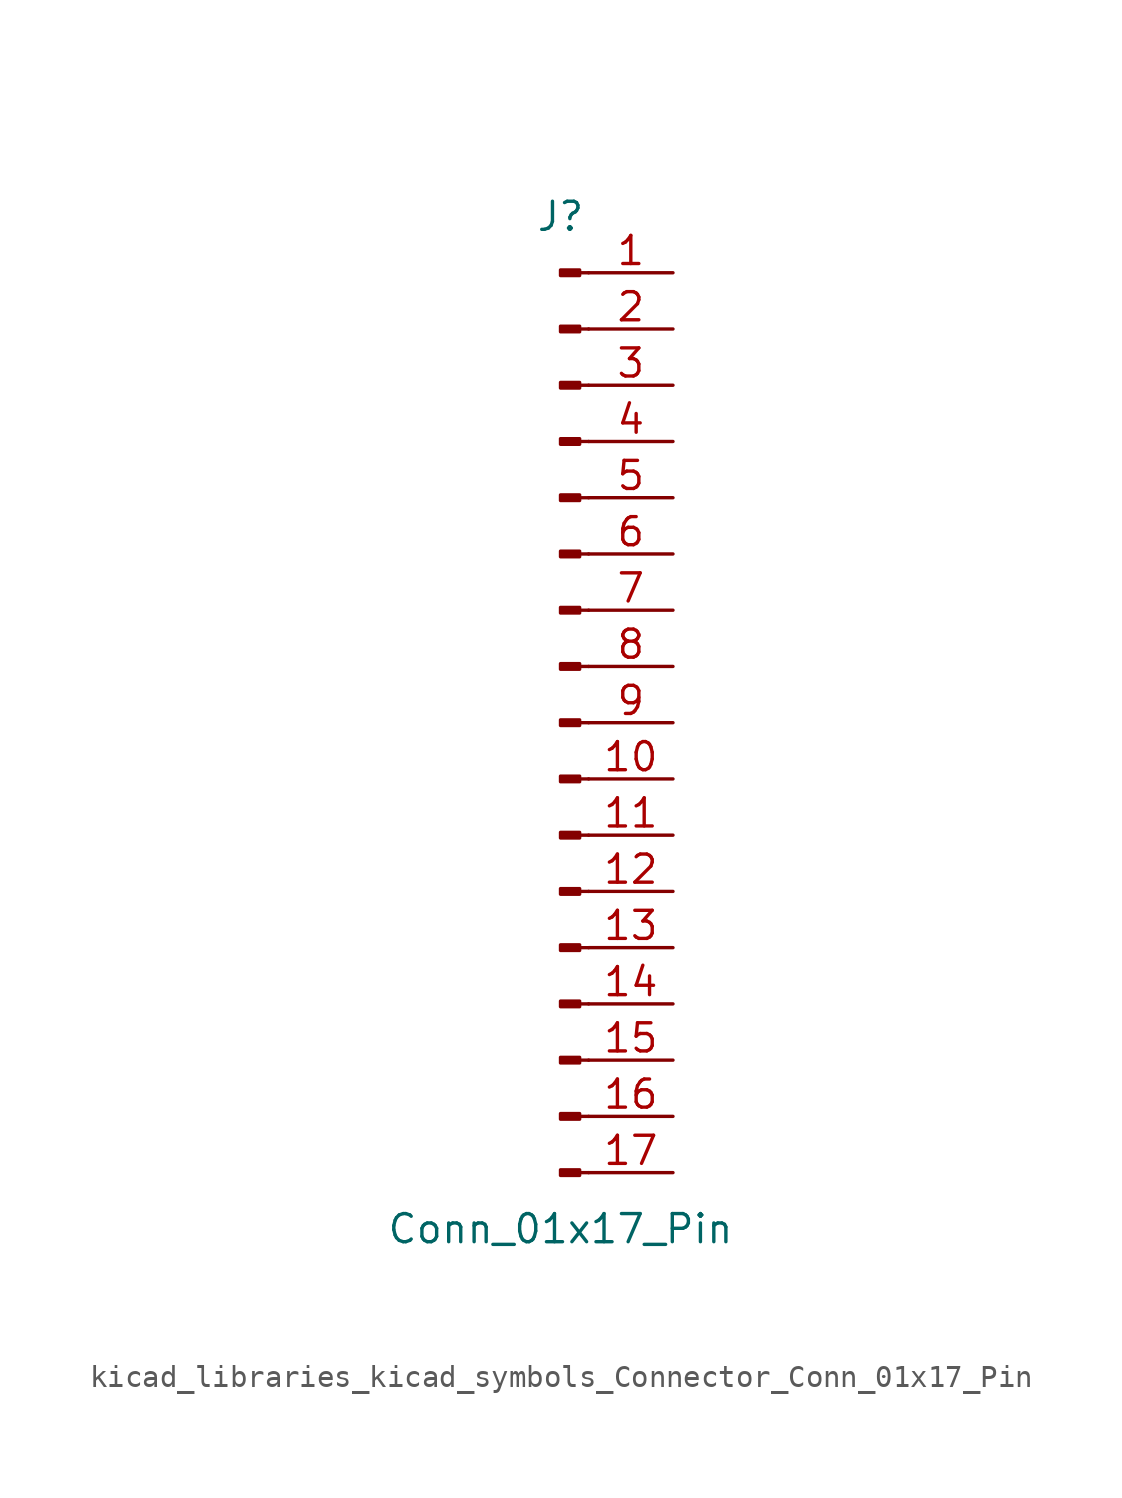
<source format=kicad_sym>
(kicad_symbol_lib
  (version 20220914)
  (generator kicad_symbol_editor)
  (symbol "kicad_libraries_kicad_symbols_Connector_Conn_01x17_Pin"
    (pin_names
      (offset 1.016) hide)
    (property "Reference" "J"
      (at 0 22.86 0)
      (effects (font (size 1.27 1.27))))
    (property "Value" "Conn_01x17_Pin"
      (at 0 -22.86 0)
      (effects (font (size 1.27 1.27))))
    (property "ki_locked" ""
      (at 0 0 0)
      (effects (font (size 1.27 1.27))))
    (symbol "kicad_libraries_kicad_symbols_Connector_Conn_01x17_Pin_1_1"
      (polyline (pts (xy 1.27 -20.32) (xy 0.864 -20.32)) (stroke (width 0.152) (type default)) (fill (type none)))
      (polyline (pts (xy 1.27 -17.78) (xy 0.864 -17.78)) (stroke (width 0.152) (type default)) (fill (type none)))
      (polyline (pts (xy 1.27 -15.24) (xy 0.864 -15.24)) (stroke (width 0.152) (type default)) (fill (type none)))
      (polyline (pts (xy 1.27 -12.7) (xy 0.864 -12.7)) (stroke (width 0.152) (type default)) (fill (type none)))
      (polyline (pts (xy 1.27 -10.16) (xy 0.864 -10.16)) (stroke (width 0.152) (type default)) (fill (type none)))
      (polyline (pts (xy 1.27 -7.62) (xy 0.864 -7.62)) (stroke (width 0.152) (type default)) (fill (type none)))
      (polyline (pts (xy 1.27 -5.08) (xy 0.864 -5.08)) (stroke (width 0.152) (type default)) (fill (type none)))
      (polyline (pts (xy 1.27 -2.54) (xy 0.864 -2.54)) (stroke (width 0.152) (type default)) (fill (type none)))
      (polyline (pts (xy 1.27 0) (xy 0.864 0)) (stroke (width 0.152) (type default)) (fill (type none)))
      (polyline (pts (xy 1.27 2.54) (xy 0.864 2.54)) (stroke (width 0.152) (type default)) (fill (type none)))
      (polyline (pts (xy 1.27 5.08) (xy 0.864 5.08)) (stroke (width 0.152) (type default)) (fill (type none)))
      (polyline (pts (xy 1.27 7.62) (xy 0.864 7.62)) (stroke (width 0.152) (type default)) (fill (type none)))
      (polyline (pts (xy 1.27 10.16) (xy 0.864 10.16)) (stroke (width 0.152) (type default)) (fill (type none)))
      (polyline (pts (xy 1.27 12.7) (xy 0.864 12.7)) (stroke (width 0.152) (type default)) (fill (type none)))
      (polyline (pts (xy 1.27 15.24) (xy 0.864 15.24)) (stroke (width 0.152) (type default)) (fill (type none)))
      (polyline (pts (xy 1.27 17.78) (xy 0.864 17.78)) (stroke (width 0.152) (type default)) (fill (type none)))
      (polyline (pts (xy 1.27 20.32) (xy 0.864 20.32)) (stroke (width 0.152) (type default)) (fill (type none)))
      (rectangle (start 0.864 -20.193) (end 0 -20.447) (stroke (width 0.152) (type default)) (fill (type outline)))
      (rectangle (start 0.864 -17.653) (end 0 -17.907) (stroke (width 0.152) (type default)) (fill (type outline)))
      (rectangle (start 0.864 -15.113) (end 0 -15.367) (stroke (width 0.152) (type default)) (fill (type outline)))
      (rectangle (start 0.864 -12.573) (end 0 -12.827) (stroke (width 0.152) (type default)) (fill (type outline)))
      (rectangle (start 0.864 -10.033) (end 0 -10.287) (stroke (width 0.152) (type default)) (fill (type outline)))
      (rectangle (start 0.864 -7.493) (end 0 -7.747) (stroke (width 0.152) (type default)) (fill (type outline)))
      (rectangle (start 0.864 -4.953) (end 0 -5.207) (stroke (width 0.152) (type default)) (fill (type outline)))
      (rectangle (start 0.864 -2.413) (end 0 -2.667) (stroke (width 0.152) (type default)) (fill (type outline)))
      (rectangle (start 0.864 0.127) (end 0 -0.127) (stroke (width 0.152) (type default)) (fill (type outline)))
      (rectangle (start 0.864 2.667) (end 0 2.413) (stroke (width 0.152) (type default)) (fill (type outline)))
      (rectangle (start 0.864 5.207) (end 0 4.953) (stroke (width 0.152) (type default)) (fill (type outline)))
      (rectangle (start 0.864 7.747) (end 0 7.493) (stroke (width 0.152) (type default)) (fill (type outline)))
      (rectangle (start 0.864 10.287) (end 0 10.033) (stroke (width 0.152) (type default)) (fill (type outline)))
      (rectangle (start 0.864 12.827) (end 0 12.573) (stroke (width 0.152) (type default)) (fill (type outline)))
      (rectangle (start 0.864 15.367) (end 0 15.113) (stroke (width 0.152) (type default)) (fill (type outline)))
      (rectangle (start 0.864 17.907) (end 0 17.653) (stroke (width 0.152) (type default)) (fill (type outline)))
      (rectangle (start 0.864 20.447) (end 0 20.193) (stroke (width 0.152) (type default)) (fill (type outline)))
      (pin passive line (at 5.08 20.32 180) (length 3.81) (name "Pin_1" (effects (font (size 1.27 1.27)))) (number "1" (effects (font (size 1.27 1.27)))))
      (pin passive line (at 5.08 -2.54 180) (length 3.81) (name "Pin_10" (effects (font (size 1.27 1.27)))) (number "10" (effects (font (size 1.27 1.27)))))
      (pin passive line (at 5.08 -5.08 180) (length 3.81) (name "Pin_11" (effects (font (size 1.27 1.27)))) (number "11" (effects (font (size 1.27 1.27)))))
      (pin passive line (at 5.08 -7.62 180) (length 3.81) (name "Pin_12" (effects (font (size 1.27 1.27)))) (number "12" (effects (font (size 1.27 1.27)))))
      (pin passive line (at 5.08 -10.16 180) (length 3.81) (name "Pin_13" (effects (font (size 1.27 1.27)))) (number "13" (effects (font (size 1.27 1.27)))))
      (pin passive line (at 5.08 -12.7 180) (length 3.81) (name "Pin_14" (effects (font (size 1.27 1.27)))) (number "14" (effects (font (size 1.27 1.27)))))
      (pin passive line (at 5.08 -15.24 180) (length 3.81) (name "Pin_15" (effects (font (size 1.27 1.27)))) (number "15" (effects (font (size 1.27 1.27)))))
      (pin passive line (at 5.08 -17.78 180) (length 3.81) (name "Pin_16" (effects (font (size 1.27 1.27)))) (number "16" (effects (font (size 1.27 1.27)))))
      (pin passive line (at 5.08 -20.32 180) (length 3.81) (name "Pin_17" (effects (font (size 1.27 1.27)))) (number "17" (effects (font (size 1.27 1.27)))))
      (pin passive line (at 5.08 17.78 180) (length 3.81) (name "Pin_2" (effects (font (size 1.27 1.27)))) (number "2" (effects (font (size 1.27 1.27)))))
      (pin passive line (at 5.08 15.24 180) (length 3.81) (name "Pin_3" (effects (font (size 1.27 1.27)))) (number "3" (effects (font (size 1.27 1.27)))))
      (pin passive line (at 5.08 12.7 180) (length 3.81) (name "Pin_4" (effects (font (size 1.27 1.27)))) (number "4" (effects (font (size 1.27 1.27)))))
      (pin passive line (at 5.08 10.16 180) (length 3.81) (name "Pin_5" (effects (font (size 1.27 1.27)))) (number "5" (effects (font (size 1.27 1.27)))))
      (pin passive line (at 5.08 7.62 180) (length 3.81) (name "Pin_6" (effects (font (size 1.27 1.27)))) (number "6" (effects (font (size 1.27 1.27)))))
      (pin passive line (at 5.08 5.08 180) (length 3.81) (name "Pin_7" (effects (font (size 1.27 1.27)))) (number "7" (effects (font (size 1.27 1.27)))))
      (pin passive line (at 5.08 2.54 180) (length 3.81) (name "Pin_8" (effects (font (size 1.27 1.27)))) (number "8" (effects (font (size 1.27 1.27)))))
      (pin passive line (at 5.08 0 180) (length 3.81) (name "Pin_9" (effects (font (size 1.27 1.27)))) (number "9" (effects (font (size 1.27 1.27))))))))
</source>
